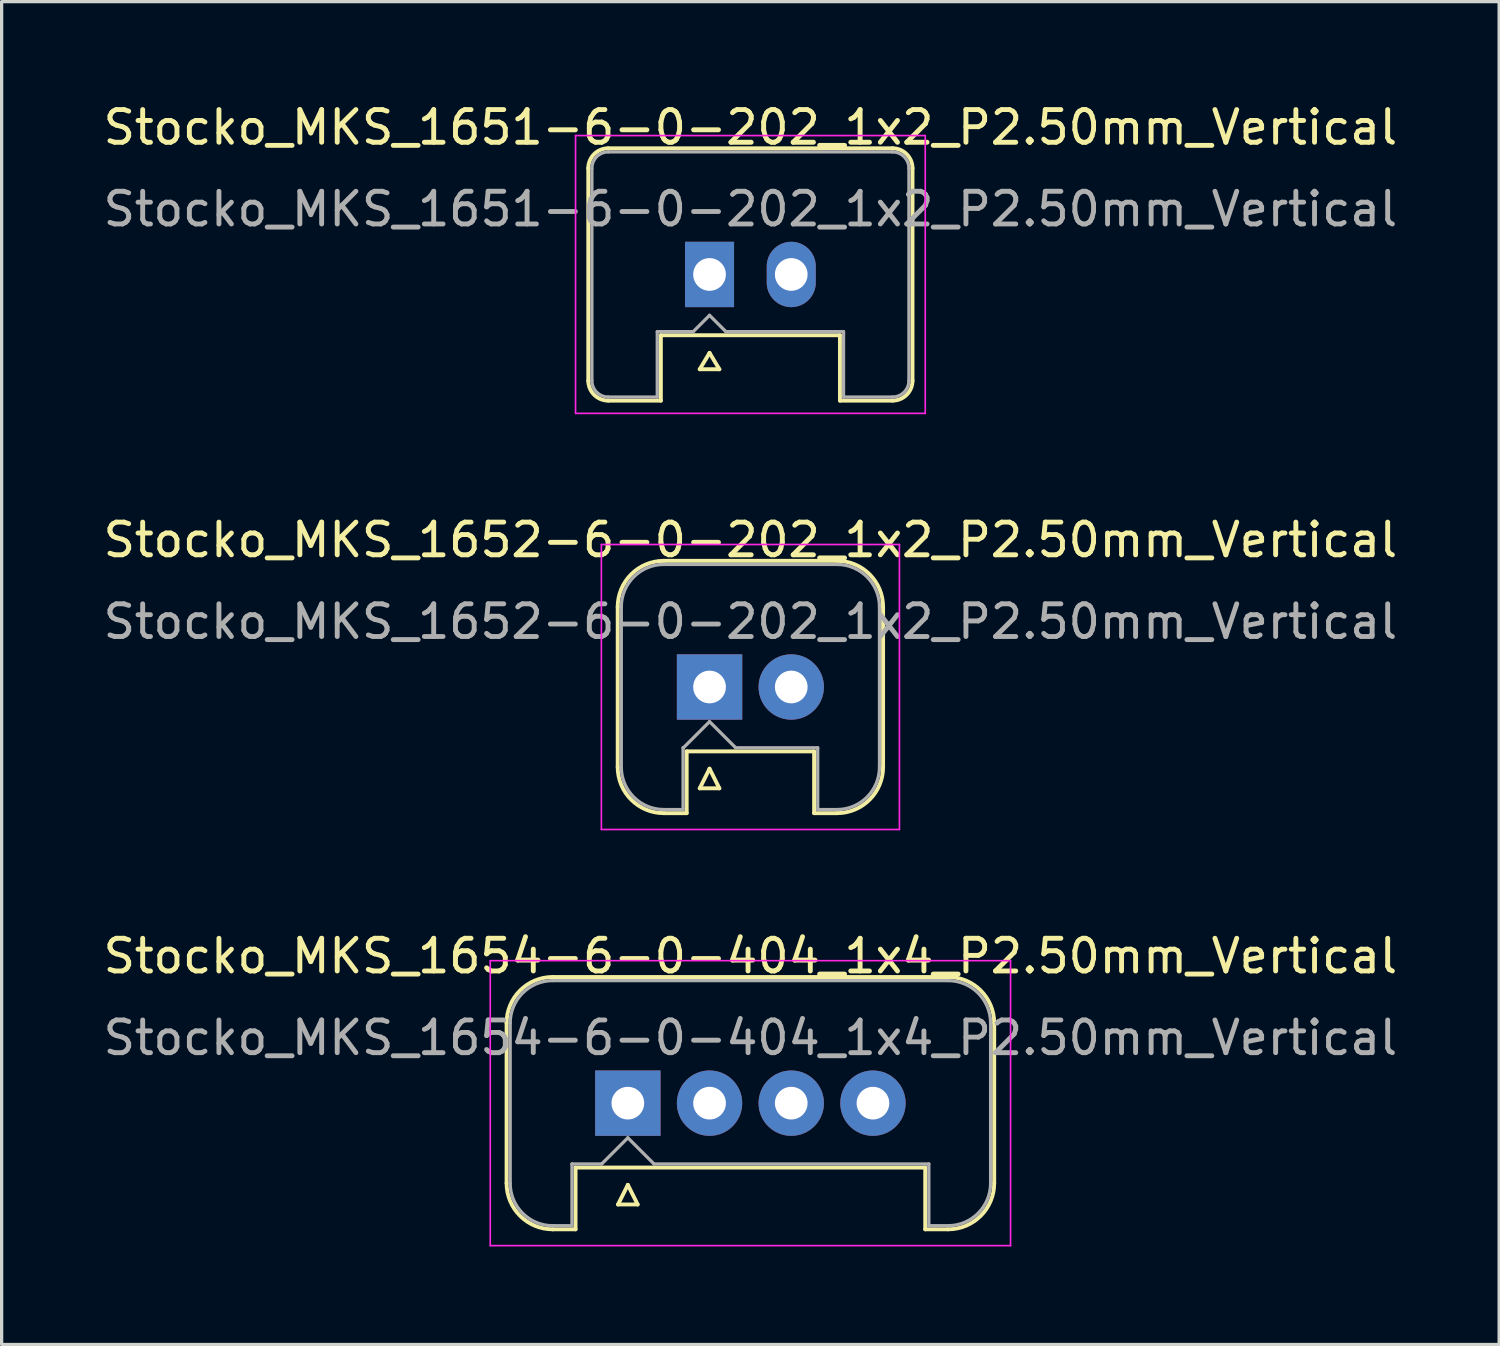
<source format=kicad_pcb>
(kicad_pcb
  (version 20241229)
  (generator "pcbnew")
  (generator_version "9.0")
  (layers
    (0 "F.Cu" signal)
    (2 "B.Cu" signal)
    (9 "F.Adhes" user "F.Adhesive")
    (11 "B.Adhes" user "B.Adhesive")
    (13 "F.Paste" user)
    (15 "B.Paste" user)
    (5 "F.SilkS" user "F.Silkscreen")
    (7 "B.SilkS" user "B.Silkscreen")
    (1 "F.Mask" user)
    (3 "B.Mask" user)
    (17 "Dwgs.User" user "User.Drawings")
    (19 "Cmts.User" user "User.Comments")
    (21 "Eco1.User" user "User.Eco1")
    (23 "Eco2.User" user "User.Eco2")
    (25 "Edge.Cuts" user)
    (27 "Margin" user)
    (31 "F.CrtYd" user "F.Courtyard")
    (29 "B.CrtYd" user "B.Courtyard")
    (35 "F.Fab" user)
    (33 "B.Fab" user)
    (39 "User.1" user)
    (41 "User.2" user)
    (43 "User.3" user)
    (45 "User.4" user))
  (footprint "Stocko_MKS_1654-6-0-404_1x4_P2.50mm_Vertical"
    (layer "F.Cu")
    (at 16.161 30.705)
    (property "Reference" "Stocko_MKS_1654-6-0-404_1x4_P2.50mm_Vertical" (at 3.75 -4.5 0) (layer "F.SilkS") (effects (font (size 1 1) (thickness 0.15))))
    (attr through_hole)
    (fp_line (start -3.71 -2.45) (end -3.71 2.45) (stroke (width 0.12) (type solid)) (layer "F.SilkS"))
    (fp_line (start -2.3 -3.86) (end 9.8 -3.86) (stroke (width 0.12) (type solid)) (layer "F.SilkS"))
    (fp_line (start -2.3 3.86) (end -1.6 3.86) (stroke (width 0.12) (type solid)) (layer "F.SilkS"))
    (fp_line (start -1.6 1.97) (end 9.1 1.97) (stroke (width 0.12) (type solid)) (layer "F.SilkS"))
    (fp_line (start -1.6 3.86) (end -1.6 1.97) (stroke (width 0.12) (type solid)) (layer "F.SilkS"))
    (fp_line (start -0.3 3.1) (end 0.3 3.1) (stroke (width 0.12) (type solid)) (layer "F.SilkS"))
    (fp_line (start 0 2.5) (end -0.3 3.1) (stroke (width 0.12) (type solid)) (layer "F.SilkS"))
    (fp_line (start 0.3 3.1) (end 0 2.5) (stroke (width 0.12) (type solid)) (layer "F.SilkS"))
    (fp_line (start 9.1 3.86) (end 9.1 1.97) (stroke (width 0.12) (type solid)) (layer "F.SilkS"))
    (fp_line (start 9.8 3.86) (end 9.1 3.86) (stroke (width 0.12) (type solid)) (layer "F.SilkS"))
    (fp_line (start 11.21 -2.45) (end 11.21 2.45) (stroke (width 0.12) (type solid)) (layer "F.SilkS"))
    (fp_arc (start -3.71 -2.45) (mid -3.297021 -3.447021) (end -2.3 -3.86) (stroke (width 0.12) (type solid)) (layer "F.SilkS"))
    (fp_arc (start -2.3 3.86) (mid -3.297021 3.447021) (end -3.71 2.45) (stroke (width 0.12) (type solid)) (layer "F.SilkS"))
    (fp_arc (start 9.8 -3.86) (mid 10.797021 -3.447021) (end 11.21 -2.45) (stroke (width 0.12) (type solid)) (layer "F.SilkS"))
    (fp_arc (start 11.21 2.45) (mid 10.797021 3.447021) (end 9.8 3.86) (stroke (width 0.12) (type solid)) (layer "F.SilkS"))
    (fp_line (start -4.21 -4.36) (end -4.21 4.36) (stroke (width 0.05) (type solid)) (layer "F.CrtYd"))
    (fp_line (start -4.21 4.36) (end 11.71 4.36) (stroke (width 0.05) (type solid)) (layer "F.CrtYd"))
    (fp_line (start 11.71 -4.36) (end -4.21 -4.36) (stroke (width 0.05) (type solid)) (layer "F.CrtYd"))
    (fp_line (start 11.71 4.36) (end 11.71 -4.36) (stroke (width 0.05) (type solid)) (layer "F.CrtYd"))
    (fp_line (start -3.6 -2.45) (end -3.6 2.45) (stroke (width 0.1) (type solid)) (layer "F.Fab"))
    (fp_line (start -2.3 -3.75) (end 9.8 -3.75) (stroke (width 0.1) (type solid)) (layer "F.Fab"))
    (fp_line (start -2.3 3.75) (end -1.71 3.75) (stroke (width 0.1) (type solid)) (layer "F.Fab"))
    (fp_line (start -1.71 1.86) (end -0.8 1.86) (stroke (width 0.1) (type solid)) (layer "F.Fab"))
    (fp_line (start -1.71 3.75) (end -1.71 1.86) (stroke (width 0.1) (type solid)) (layer "F.Fab"))
    (fp_line (start -0.8 1.86) (end 0 1.06) (stroke (width 0.1) (type solid)) (layer "F.Fab"))
    (fp_line (start 0 1.06) (end 0.8 1.86) (stroke (width 0.1) (type solid)) (layer "F.Fab"))
    (fp_line (start 0.8 1.86) (end 9.21 1.86) (stroke (width 0.1) (type solid)) (layer "F.Fab"))
    (fp_line (start 9.21 3.75) (end 9.21 1.86) (stroke (width 0.1) (type solid)) (layer "F.Fab"))
    (fp_line (start 9.8 3.75) (end 9.21 3.75) (stroke (width 0.1) (type solid)) (layer "F.Fab"))
    (fp_line (start 11.1 -2.45) (end 11.1 2.45) (stroke (width 0.1) (type solid)) (layer "F.Fab"))
    (fp_arc (start -3.6 -2.45) (mid -3.219239 -3.369239) (end -2.3 -3.75) (stroke (width 0.1) (type solid)) (layer "F.Fab"))
    (fp_arc (start -2.3 3.75) (mid -3.219239 3.369239) (end -3.6 2.45) (stroke (width 0.1) (type solid)) (layer "F.Fab"))
    (fp_arc (start 9.8 -3.75) (mid 10.719239 -3.369239) (end 11.1 -2.45) (stroke (width 0.1) (type solid)) (layer "F.Fab"))
    (fp_arc (start 11.1 2.45) (mid 10.719239 3.369239) (end 9.8 3.75) (stroke (width 0.1) (type solid)) (layer "F.Fab"))
    (fp_text user "${REFERENCE}" (at 3.75 -2 0) (layer "F.Fab") (effects (font (size 1 1) (thickness 0.15))))
    (pad "1" thru_hole rect (at 0 0) (size 2 2) (drill 1) (layers "*.Cu" "*.Mask"))
    (pad "2" thru_hole circle (at 2.5 0) (size 2 2) (drill 1) (layers "*.Cu" "*.Mask"))
    (pad "3" thru_hole circle (at 5 0) (size 2 2) (drill 1) (layers "*.Cu" "*.Mask"))
    (pad "4" thru_hole circle (at 7.5 0) (size 2 2) (drill 1) (layers "*.Cu" "*.Mask")))
  (footprint "Stocko_MKS_1651-6-0-202_1x2_P2.50mm_Vertical"
    (layer "F.Cu")
    (at 18.661 5.348)
    (property "Reference" "Stocko_MKS_1651-6-0-202_1x2_P2.50mm_Vertical" (at 1.25 -4.5 0) (layer "F.SilkS") (effects (font (size 1 1) (thickness 0.15))))
    (attr through_hole)
    (fp_line (start -3.71 -3.25) (end -3.71 3.25) (stroke (width 0.12) (type solid)) (layer "F.SilkS"))
    (fp_line (start -3.1 -3.86) (end 5.6 -3.86) (stroke (width 0.12) (type solid)) (layer "F.SilkS"))
    (fp_line (start -3.1 3.86) (end -1.49 3.86) (stroke (width 0.12) (type solid)) (layer "F.SilkS"))
    (fp_line (start -1.49 1.86) (end 3.99 1.86) (stroke (width 0.12) (type solid)) (layer "F.SilkS"))
    (fp_line (start -1.49 3.86) (end -1.49 1.86) (stroke (width 0.12) (type solid)) (layer "F.SilkS"))
    (fp_line (start -0.3 2.9) (end 0.3 2.9) (stroke (width 0.12) (type solid)) (layer "F.SilkS"))
    (fp_line (start 0 2.4) (end -0.3 2.9) (stroke (width 0.12) (type solid)) (layer "F.SilkS"))
    (fp_line (start 0.3 2.9) (end 0 2.4) (stroke (width 0.12) (type solid)) (layer "F.SilkS"))
    (fp_line (start 3.99 3.86) (end 3.99 1.86) (stroke (width 0.12) (type solid)) (layer "F.SilkS"))
    (fp_line (start 5.6 3.86) (end 3.99 3.86) (stroke (width 0.12) (type solid)) (layer "F.SilkS"))
    (fp_line (start 6.21 -3.25) (end 6.21 3.25) (stroke (width 0.12) (type solid)) (layer "F.SilkS"))
    (fp_arc (start -3.71 -3.25) (mid -3.531335 -3.681335) (end -3.1 -3.86) (stroke (width 0.12) (type solid)) (layer "F.SilkS"))
    (fp_arc (start -3.1 3.86) (mid -3.531335 3.681335) (end -3.71 3.25) (stroke (width 0.12) (type solid)) (layer "F.SilkS"))
    (fp_arc (start 5.6 -3.86) (mid 6.031335 -3.681335) (end 6.21 -3.25) (stroke (width 0.12) (type solid)) (layer "F.SilkS"))
    (fp_arc (start 6.21 3.25) (mid 6.031335 3.681335) (end 5.6 3.86) (stroke (width 0.12) (type solid)) (layer "F.SilkS"))
    (fp_line (start -4.1 -4.25) (end -4.1 4.25) (stroke (width 0.05) (type solid)) (layer "F.CrtYd"))
    (fp_line (start -4.1 4.25) (end 6.6 4.25) (stroke (width 0.05) (type solid)) (layer "F.CrtYd"))
    (fp_line (start 6.6 -4.25) (end -4.1 -4.25) (stroke (width 0.05) (type solid)) (layer "F.CrtYd"))
    (fp_line (start 6.6 4.25) (end 6.6 -4.25) (stroke (width 0.05) (type solid)) (layer "F.CrtYd"))
    (fp_line (start -3.6 -3.25) (end -3.6 3.25) (stroke (width 0.1) (type solid)) (layer "F.Fab"))
    (fp_line (start -3.1 -3.75) (end 5.6 -3.75) (stroke (width 0.1) (type solid)) (layer "F.Fab"))
    (fp_line (start -3.1 3.75) (end -1.6 3.75) (stroke (width 0.1) (type solid)) (layer "F.Fab"))
    (fp_line (start -1.6 1.75) (end -0.5 1.75) (stroke (width 0.1) (type solid)) (layer "F.Fab"))
    (fp_line (start -1.6 3.75) (end -1.6 1.75) (stroke (width 0.1) (type solid)) (layer "F.Fab"))
    (fp_line (start -0.5 1.75) (end 0 1.25) (stroke (width 0.1) (type solid)) (layer "F.Fab"))
    (fp_line (start 0 1.25) (end 0.5 1.75) (stroke (width 0.1) (type solid)) (layer "F.Fab"))
    (fp_line (start 0.5 1.75) (end 4.1 1.75) (stroke (width 0.1) (type solid)) (layer "F.Fab"))
    (fp_line (start 4.1 3.75) (end 4.1 1.75) (stroke (width 0.1) (type solid)) (layer "F.Fab"))
    (fp_line (start 5.6 3.75) (end 4.1 3.75) (stroke (width 0.1) (type solid)) (layer "F.Fab"))
    (fp_line (start 6.1 -3.25) (end 6.1 3.25) (stroke (width 0.1) (type solid)) (layer "F.Fab"))
    (fp_arc (start -3.6 -3.25) (mid -3.453553 -3.603553) (end -3.1 -3.75) (stroke (width 0.1) (type solid)) (layer "F.Fab"))
    (fp_arc (start -3.1 3.75) (mid -3.453553 3.603553) (end -3.6 3.25) (stroke (width 0.1) (type solid)) (layer "F.Fab"))
    (fp_arc (start 5.6 -3.75) (mid 5.953553 -3.603553) (end 6.1 -3.25) (stroke (width 0.1) (type solid)) (layer "F.Fab"))
    (fp_arc (start 6.1 3.25) (mid 5.953553 3.603553) (end 5.6 3.75) (stroke (width 0.1) (type solid)) (layer "F.Fab"))
    (fp_text user "${REFERENCE}" (at 1.25 -2 0) (layer "F.Fab") (effects (font (size 1 1) (thickness 0.15))))
    (pad "1" thru_hole rect (at 0 0) (size 1.5 2) (drill 1) (layers "*.Cu" "*.Mask"))
    (pad "2" thru_hole oval (at 2.5 0) (size 1.5 2) (drill 1) (layers "*.Cu" "*.Mask")))
  (footprint "Stocko_MKS_1652-6-0-202_1x2_P2.50mm_Vertical"
    (layer "F.Cu")
    (at 18.661 17.971)
    (property "Reference" "Stocko_MKS_1652-6-0-202_1x2_P2.50mm_Vertical" (at 1.25 -4.5 0) (layer "F.SilkS") (effects (font (size 1 1) (thickness 0.15))))
    (attr through_hole)
    (fp_line (start -2.81 -2.45) (end -2.81 2.45) (stroke (width 0.12) (type solid)) (layer "F.SilkS"))
    (fp_line (start -1.4 -3.86) (end 3.9 -3.86) (stroke (width 0.12) (type solid)) (layer "F.SilkS"))
    (fp_line (start -1.4 3.86) (end -0.7 3.86) (stroke (width 0.12) (type solid)) (layer "F.SilkS"))
    (fp_line (start -0.7 1.97) (end 3.2 1.97) (stroke (width 0.12) (type solid)) (layer "F.SilkS"))
    (fp_line (start -0.7 3.86) (end -0.7 1.97) (stroke (width 0.12) (type solid)) (layer "F.SilkS"))
    (fp_line (start -0.3 3.1) (end 0.3 3.1) (stroke (width 0.12) (type solid)) (layer "F.SilkS"))
    (fp_line (start 0 2.5) (end -0.3 3.1) (stroke (width 0.12) (type solid)) (layer "F.SilkS"))
    (fp_line (start 0.3 3.1) (end 0 2.5) (stroke (width 0.12) (type solid)) (layer "F.SilkS"))
    (fp_line (start 3.2 3.86) (end 3.2 1.97) (stroke (width 0.12) (type solid)) (layer "F.SilkS"))
    (fp_line (start 3.9 3.86) (end 3.2 3.86) (stroke (width 0.12) (type solid)) (layer "F.SilkS"))
    (fp_line (start 5.31 -2.45) (end 5.31 2.45) (stroke (width 0.12) (type solid)) (layer "F.SilkS"))
    (fp_arc (start -2.81 -2.45) (mid -2.397021 -3.447021) (end -1.4 -3.86) (stroke (width 0.12) (type solid)) (layer "F.SilkS"))
    (fp_arc (start -1.4 3.86) (mid -2.397021 3.447021) (end -2.81 2.45) (stroke (width 0.12) (type solid)) (layer "F.SilkS"))
    (fp_arc (start 3.9 -3.86) (mid 4.897021 -3.447021) (end 5.31 -2.45) (stroke (width 0.12) (type solid)) (layer "F.SilkS"))
    (fp_arc (start 5.31 2.45) (mid 4.897021 3.447021) (end 3.9 3.86) (stroke (width 0.12) (type solid)) (layer "F.SilkS"))
    (fp_line (start -3.31 -4.36) (end -3.31 4.36) (stroke (width 0.05) (type solid)) (layer "F.CrtYd"))
    (fp_line (start -3.31 4.36) (end 5.81 4.36) (stroke (width 0.05) (type solid)) (layer "F.CrtYd"))
    (fp_line (start 5.81 -4.36) (end -3.31 -4.36) (stroke (width 0.05) (type solid)) (layer "F.CrtYd"))
    (fp_line (start 5.81 4.36) (end 5.81 -4.36) (stroke (width 0.05) (type solid)) (layer "F.CrtYd"))
    (fp_line (start -2.7 -2.45) (end -2.7 2.45) (stroke (width 0.1) (type solid)) (layer "F.Fab"))
    (fp_line (start -1.4 -3.75) (end 3.9 -3.75) (stroke (width 0.1) (type solid)) (layer "F.Fab"))
    (fp_line (start -1.4 3.75) (end -0.81 3.75) (stroke (width 0.1) (type solid)) (layer "F.Fab"))
    (fp_line (start -0.81 1.86) (end -0.8 1.86) (stroke (width 0.1) (type solid)) (layer "F.Fab"))
    (fp_line (start -0.81 3.75) (end -0.81 1.86) (stroke (width 0.1) (type solid)) (layer "F.Fab"))
    (fp_line (start -0.8 1.86) (end 0 1.06) (stroke (width 0.1) (type solid)) (layer "F.Fab"))
    (fp_line (start 0 1.06) (end 0.8 1.86) (stroke (width 0.1) (type solid)) (layer "F.Fab"))
    (fp_line (start 0.8 1.86) (end 3.31 1.86) (stroke (width 0.1) (type solid)) (layer "F.Fab"))
    (fp_line (start 3.31 3.75) (end 3.31 1.86) (stroke (width 0.1) (type solid)) (layer "F.Fab"))
    (fp_line (start 3.9 3.75) (end 3.31 3.75) (stroke (width 0.1) (type solid)) (layer "F.Fab"))
    (fp_line (start 5.2 -2.45) (end 5.2 2.45) (stroke (width 0.1) (type solid)) (layer "F.Fab"))
    (fp_arc (start -2.7 -2.45) (mid -2.319239 -3.369239) (end -1.4 -3.75) (stroke (width 0.1) (type solid)) (layer "F.Fab"))
    (fp_arc (start -1.4 3.75) (mid -2.319239 3.369239) (end -2.7 2.45) (stroke (width 0.1) (type solid)) (layer "F.Fab"))
    (fp_arc (start 3.9 -3.75) (mid 4.819239 -3.369239) (end 5.2 -2.45) (stroke (width 0.1) (type solid)) (layer "F.Fab"))
    (fp_arc (start 5.2 2.45) (mid 4.819239 3.369239) (end 3.9 3.75) (stroke (width 0.1) (type solid)) (layer "F.Fab"))
    (fp_text user "${REFERENCE}" (at 1.25 -2 0) (layer "F.Fab") (effects (font (size 1 1) (thickness 0.15))))
    (pad "1" thru_hole rect (at 0 0) (size 2 2) (drill 1) (layers "*.Cu" "*.Mask"))
    (pad "2" thru_hole circle (at 2.5 0) (size 2 2) (drill 1) (layers "*.Cu" "*.Mask")))
  (gr_rect
    (start -3 -3)
    (end 42.821 38.09)
    (stroke (width 0.1) (type default))
    (fill no)
    (layer "Edge.Cuts")))
</source>
